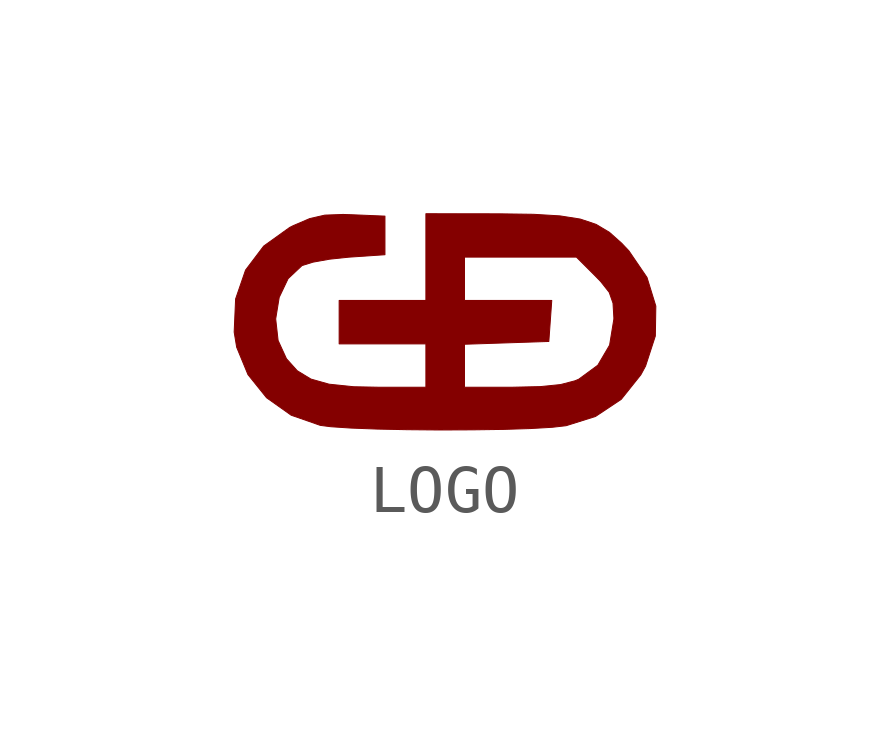
<source format=kicad_sym>
(kicad_symbol_lib
  (version 20210619)
  (generator bitmap2component)
  (symbol "LOGO"
    (pin_names
      (offset 1.016))
    (property "Reference" "#G"
      (at 0 4.385 0)
      (effects (font (size 1.27 1.27)) hide))
    (symbol "LOGO_0_0"
      (polyline (pts (xy 0.569 -2.293) (xy 1.213 -2.284) (xy 1.78 -2.266) (xy 2.229 -2.24) (xy 2.519 -2.207) (xy 3.132 -2.014) (xy 3.668 -1.657) (xy 4.076 -1.146) (xy 4.174 -0.965) (xy 4.378 -0.338) (xy 4.388 0.285) (xy 4.204 0.882) (xy 3.828 1.434) (xy 3.68 1.591) (xy 3.421 1.822) (xy 3.144 1.987) (xy 2.813 2.098) (xy 2.391 2.164) (xy 1.842 2.197) (xy 1.129 2.207) (xy -0.402 2.209) (xy -0.402 1.305) (xy 0.402 1.305) (xy 2.734 1.305) (xy 3.124 0.915) (xy 3.238 0.798) (xy 3.417 0.571) (xy 3.496 0.346) (xy 3.514 0.037) (xy 3.513 0.009) (xy 3.425 -0.528) (xy 3.179 -0.947) (xy 2.783 -1.238) (xy 2.702 -1.272) (xy 2.403 -1.35) (xy 1.988 -1.392) (xy 1.415 -1.405) (xy 0.402 -1.405) (xy 0.402 -0.51) (xy 1.28 -0.481) (xy 2.159 -0.452) (xy 2.22 0.402) (xy 0.402 0.402) (xy 0.402 1.305) (xy -0.402 1.305) (xy -0.402 0.402) (xy -2.209 0.402) (xy -2.209 -0.502) (xy -0.402 -0.502) (xy -0.402 -1.405) (xy -1.409 -1.405) (xy -1.908 -1.395) (xy -2.419 -1.342) (xy -2.798 -1.235) (xy -3.082 -1.062) (xy -3.307 -0.811) (xy -3.481 -0.431) (xy -3.531 0.018) (xy -3.458 0.467) (xy -3.273 0.856) (xy -2.986 1.126) (xy -2.976 1.131) (xy -2.755 1.2) (xy -2.408 1.262) (xy -2.008 1.304) (xy -1.255 1.355) (xy -1.255 2.159) (xy -1.947 2.188) (xy -2.127 2.194) (xy -2.507 2.18) (xy -2.822 2.108) (xy -3.167 1.96) (xy -3.24 1.923) (xy -3.781 1.535) (xy -4.159 1.035) (xy -4.366 0.434) (xy -4.396 -0.256) (xy -4.344 -0.572) (xy -4.109 -1.142) (xy -3.721 -1.625) (xy -3.209 -1.988) (xy -2.602 -2.2) (xy -2.384 -2.228) (xy -1.965 -2.256) (xy -1.42 -2.277) (xy -0.788 -2.29) (xy -0.112 -2.296) (xy 0.569 -2.293)) (stroke (width 0.01)) (fill (type outline))))))
</source>
